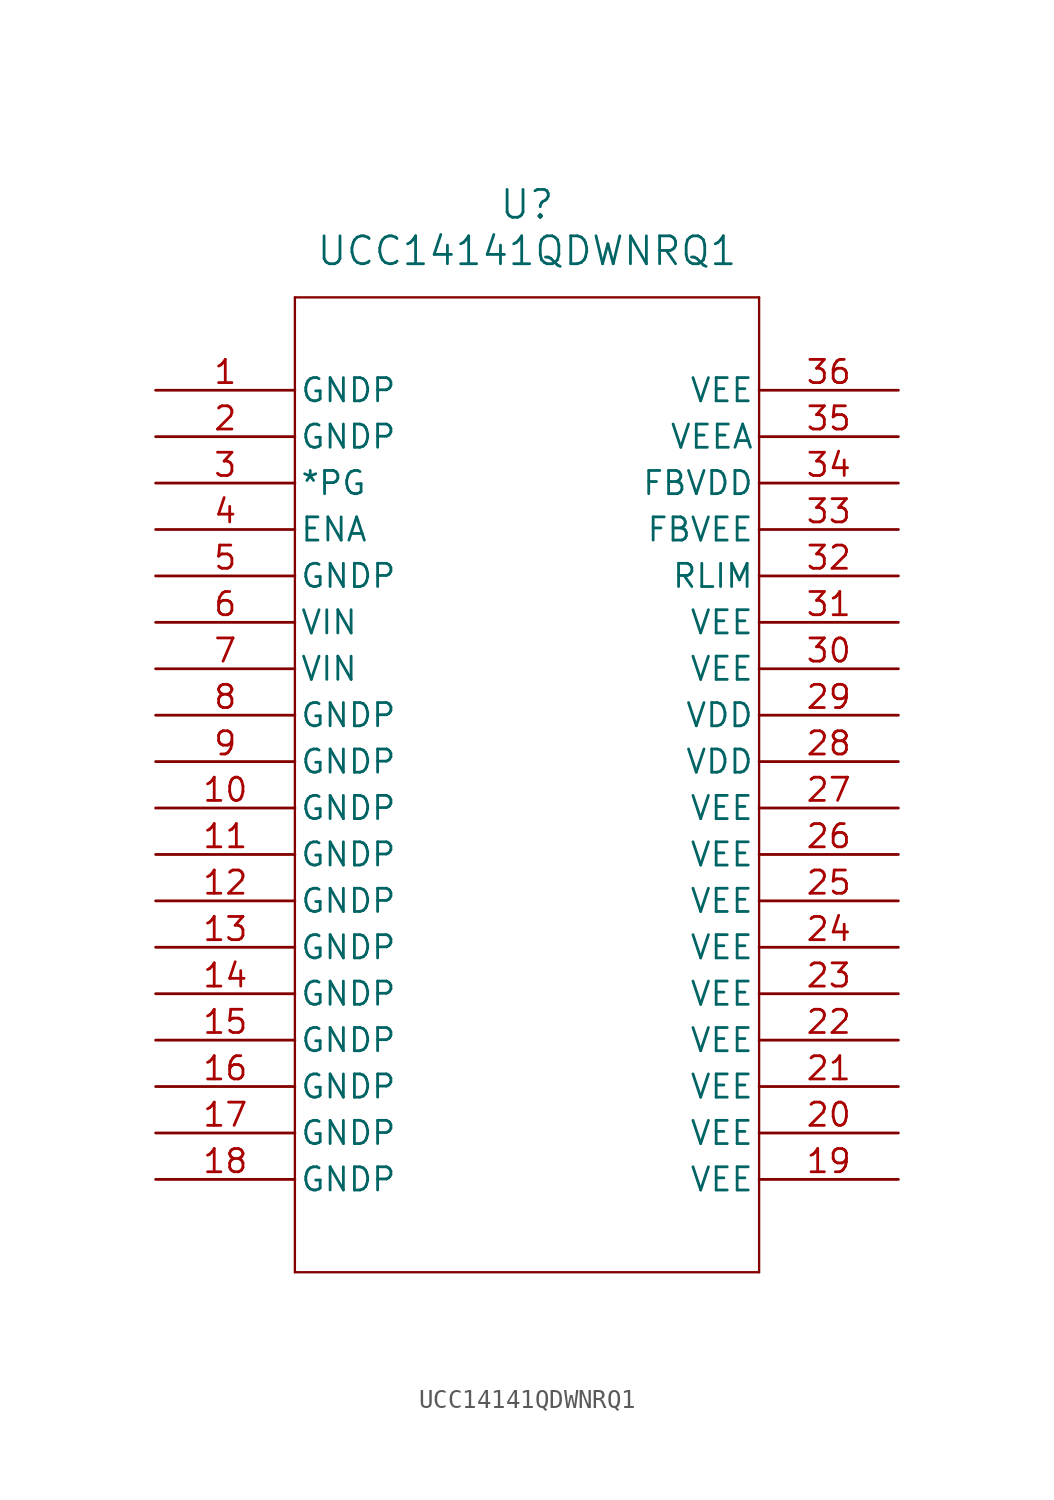
<source format=kicad_sym>
(kicad_symbol_lib
  (version 20211014)
  (generator kicad_symbol_editor)
  (symbol "UCC14141QDWNRQ1"
    (pin_names
      (offset 0.254))
    (property "Reference" "U"
      (at 20.32 10.16 0)
      (effects (font (size 1.524 1.524))))
    (property "Value" "UCC14141QDWNRQ1"
      (at 20.32 7.62 0)
      (effects (font (size 1.524 1.524))))
    (symbol "UCC14141QDWNRQ1_0_1"
      (polyline (pts (xy 7.62 5.08) (xy 7.62 -48.26)) (stroke (width 0.127) (type default) (color 0 0 0 0)) (fill (type none)))
      (polyline (pts (xy 7.62 -48.26) (xy 33.02 -48.26)) (stroke (width 0.127) (type default) (color 0 0 0 0)) (fill (type none)))
      (polyline (pts (xy 33.02 -48.26) (xy 33.02 5.08)) (stroke (width 0.127) (type default) (color 0 0 0 0)) (fill (type none)))
      (polyline (pts (xy 33.02 5.08) (xy 7.62 5.08)) (stroke (width 0.127) (type default) (color 0 0 0 0)) (fill (type none)))
      (pin power_out line (at 0 0 0) (length 7.62) (name "GNDP" (effects (font (size 1.27 1.27)))) (number "1" (effects (font (size 1.27 1.27)))))
      (pin power_out line (at 0 -2.54 0) (length 7.62) (name "GNDP" (effects (font (size 1.27 1.27)))) (number "2" (effects (font (size 1.27 1.27)))))
      (pin output line (at 0 -5.08 0) (length 7.62) (name "*PG" (effects (font (size 1.27 1.27)))) (number "3" (effects (font (size 1.27 1.27)))))
      (pin input line (at 0 -7.62 0) (length 7.62) (name "ENA" (effects (font (size 1.27 1.27)))) (number "4" (effects (font (size 1.27 1.27)))))
      (pin power_out line (at 0 -10.16 0) (length 7.62) (name "GNDP" (effects (font (size 1.27 1.27)))) (number "5" (effects (font (size 1.27 1.27)))))
      (pin power_in line (at 0 -12.7 0) (length 7.62) (name "VIN" (effects (font (size 1.27 1.27)))) (number "6" (effects (font (size 1.27 1.27)))))
      (pin power_in line (at 0 -15.24 0) (length 7.62) (name "VIN" (effects (font (size 1.27 1.27)))) (number "7" (effects (font (size 1.27 1.27)))))
      (pin power_out line (at 0 -17.78 0) (length 7.62) (name "GNDP" (effects (font (size 1.27 1.27)))) (number "8" (effects (font (size 1.27 1.27)))))
      (pin power_out line (at 0 -20.32 0) (length 7.62) (name "GNDP" (effects (font (size 1.27 1.27)))) (number "9" (effects (font (size 1.27 1.27)))))
      (pin power_out line (at 0 -22.86 0) (length 7.62) (name "GNDP" (effects (font (size 1.27 1.27)))) (number "10" (effects (font (size 1.27 1.27)))))
      (pin power_out line (at 0 -25.4 0) (length 7.62) (name "GNDP" (effects (font (size 1.27 1.27)))) (number "11" (effects (font (size 1.27 1.27)))))
      (pin power_out line (at 0 -27.94 0) (length 7.62) (name "GNDP" (effects (font (size 1.27 1.27)))) (number "12" (effects (font (size 1.27 1.27)))))
      (pin power_out line (at 0 -30.48 0) (length 7.62) (name "GNDP" (effects (font (size 1.27 1.27)))) (number "13" (effects (font (size 1.27 1.27)))))
      (pin power_out line (at 0 -33.02 0) (length 7.62) (name "GNDP" (effects (font (size 1.27 1.27)))) (number "14" (effects (font (size 1.27 1.27)))))
      (pin power_out line (at 0 -35.56 0) (length 7.62) (name "GNDP" (effects (font (size 1.27 1.27)))) (number "15" (effects (font (size 1.27 1.27)))))
      (pin power_out line (at 0 -38.1 0) (length 7.62) (name "GNDP" (effects (font (size 1.27 1.27)))) (number "16" (effects (font (size 1.27 1.27)))))
      (pin power_out line (at 0 -40.64 0) (length 7.62) (name "GNDP" (effects (font (size 1.27 1.27)))) (number "17" (effects (font (size 1.27 1.27)))))
      (pin power_out line (at 0 -43.18 0) (length 7.62) (name "GNDP" (effects (font (size 1.27 1.27)))) (number "18" (effects (font (size 1.27 1.27)))))
      (pin power_out line (at 40.64 -43.18 180) (length 7.62) (name "VEE" (effects (font (size 1.27 1.27)))) (number "19" (effects (font (size 1.27 1.27)))))
      (pin power_out line (at 40.64 -40.64 180) (length 7.62) (name "VEE" (effects (font (size 1.27 1.27)))) (number "20" (effects (font (size 1.27 1.27)))))
      (pin power_out line (at 40.64 -38.1 180) (length 7.62) (name "VEE" (effects (font (size 1.27 1.27)))) (number "21" (effects (font (size 1.27 1.27)))))
      (pin power_out line (at 40.64 -35.56 180) (length 7.62) (name "VEE" (effects (font (size 1.27 1.27)))) (number "22" (effects (font (size 1.27 1.27)))))
      (pin power_out line (at 40.64 -33.02 180) (length 7.62) (name "VEE" (effects (font (size 1.27 1.27)))) (number "23" (effects (font (size 1.27 1.27)))))
      (pin power_out line (at 40.64 -30.48 180) (length 7.62) (name "VEE" (effects (font (size 1.27 1.27)))) (number "24" (effects (font (size 1.27 1.27)))))
      (pin power_out line (at 40.64 -27.94 180) (length 7.62) (name "VEE" (effects (font (size 1.27 1.27)))) (number "25" (effects (font (size 1.27 1.27)))))
      (pin power_out line (at 40.64 -25.4 180) (length 7.62) (name "VEE" (effects (font (size 1.27 1.27)))) (number "26" (effects (font (size 1.27 1.27)))))
      (pin power_out line (at 40.64 -22.86 180) (length 7.62) (name "VEE" (effects (font (size 1.27 1.27)))) (number "27" (effects (font (size 1.27 1.27)))))
      (pin power_in line (at 40.64 -20.32 180) (length 7.62) (name "VDD" (effects (font (size 1.27 1.27)))) (number "28" (effects (font (size 1.27 1.27)))))
      (pin power_in line (at 40.64 -17.78 180) (length 7.62) (name "VDD" (effects (font (size 1.27 1.27)))) (number "29" (effects (font (size 1.27 1.27)))))
      (pin power_in line (at 40.64 -15.24 180) (length 7.62) (name "VEE" (effects (font (size 1.27 1.27)))) (number "30" (effects (font (size 1.27 1.27)))))
      (pin power_in line (at 40.64 -12.7 180) (length 7.62) (name "VEE" (effects (font (size 1.27 1.27)))) (number "31" (effects (font (size 1.27 1.27)))))
      (pin power_in line (at 40.64 -10.16 180) (length 7.62) (name "RLIM" (effects (font (size 1.27 1.27)))) (number "32" (effects (font (size 1.27 1.27)))))
      (pin power_in line (at 40.64 -7.62 180) (length 7.62) (name "FBVEE" (effects (font (size 1.27 1.27)))) (number "33" (effects (font (size 1.27 1.27)))))
      (pin power_in line (at 40.64 -5.08 180) (length 7.62) (name "FBVDD" (effects (font (size 1.27 1.27)))) (number "34" (effects (font (size 1.27 1.27)))))
      (pin power_in line (at 40.64 -2.54 180) (length 7.62) (name "VEEA" (effects (font (size 1.27 1.27)))) (number "35" (effects (font (size 1.27 1.27)))))
      (pin power_in line (at 40.64 0 180) (length 7.62) (name "VEE" (effects (font (size 1.27 1.27)))) (number "36" (effects (font (size 1.27 1.27))))))))
</source>
